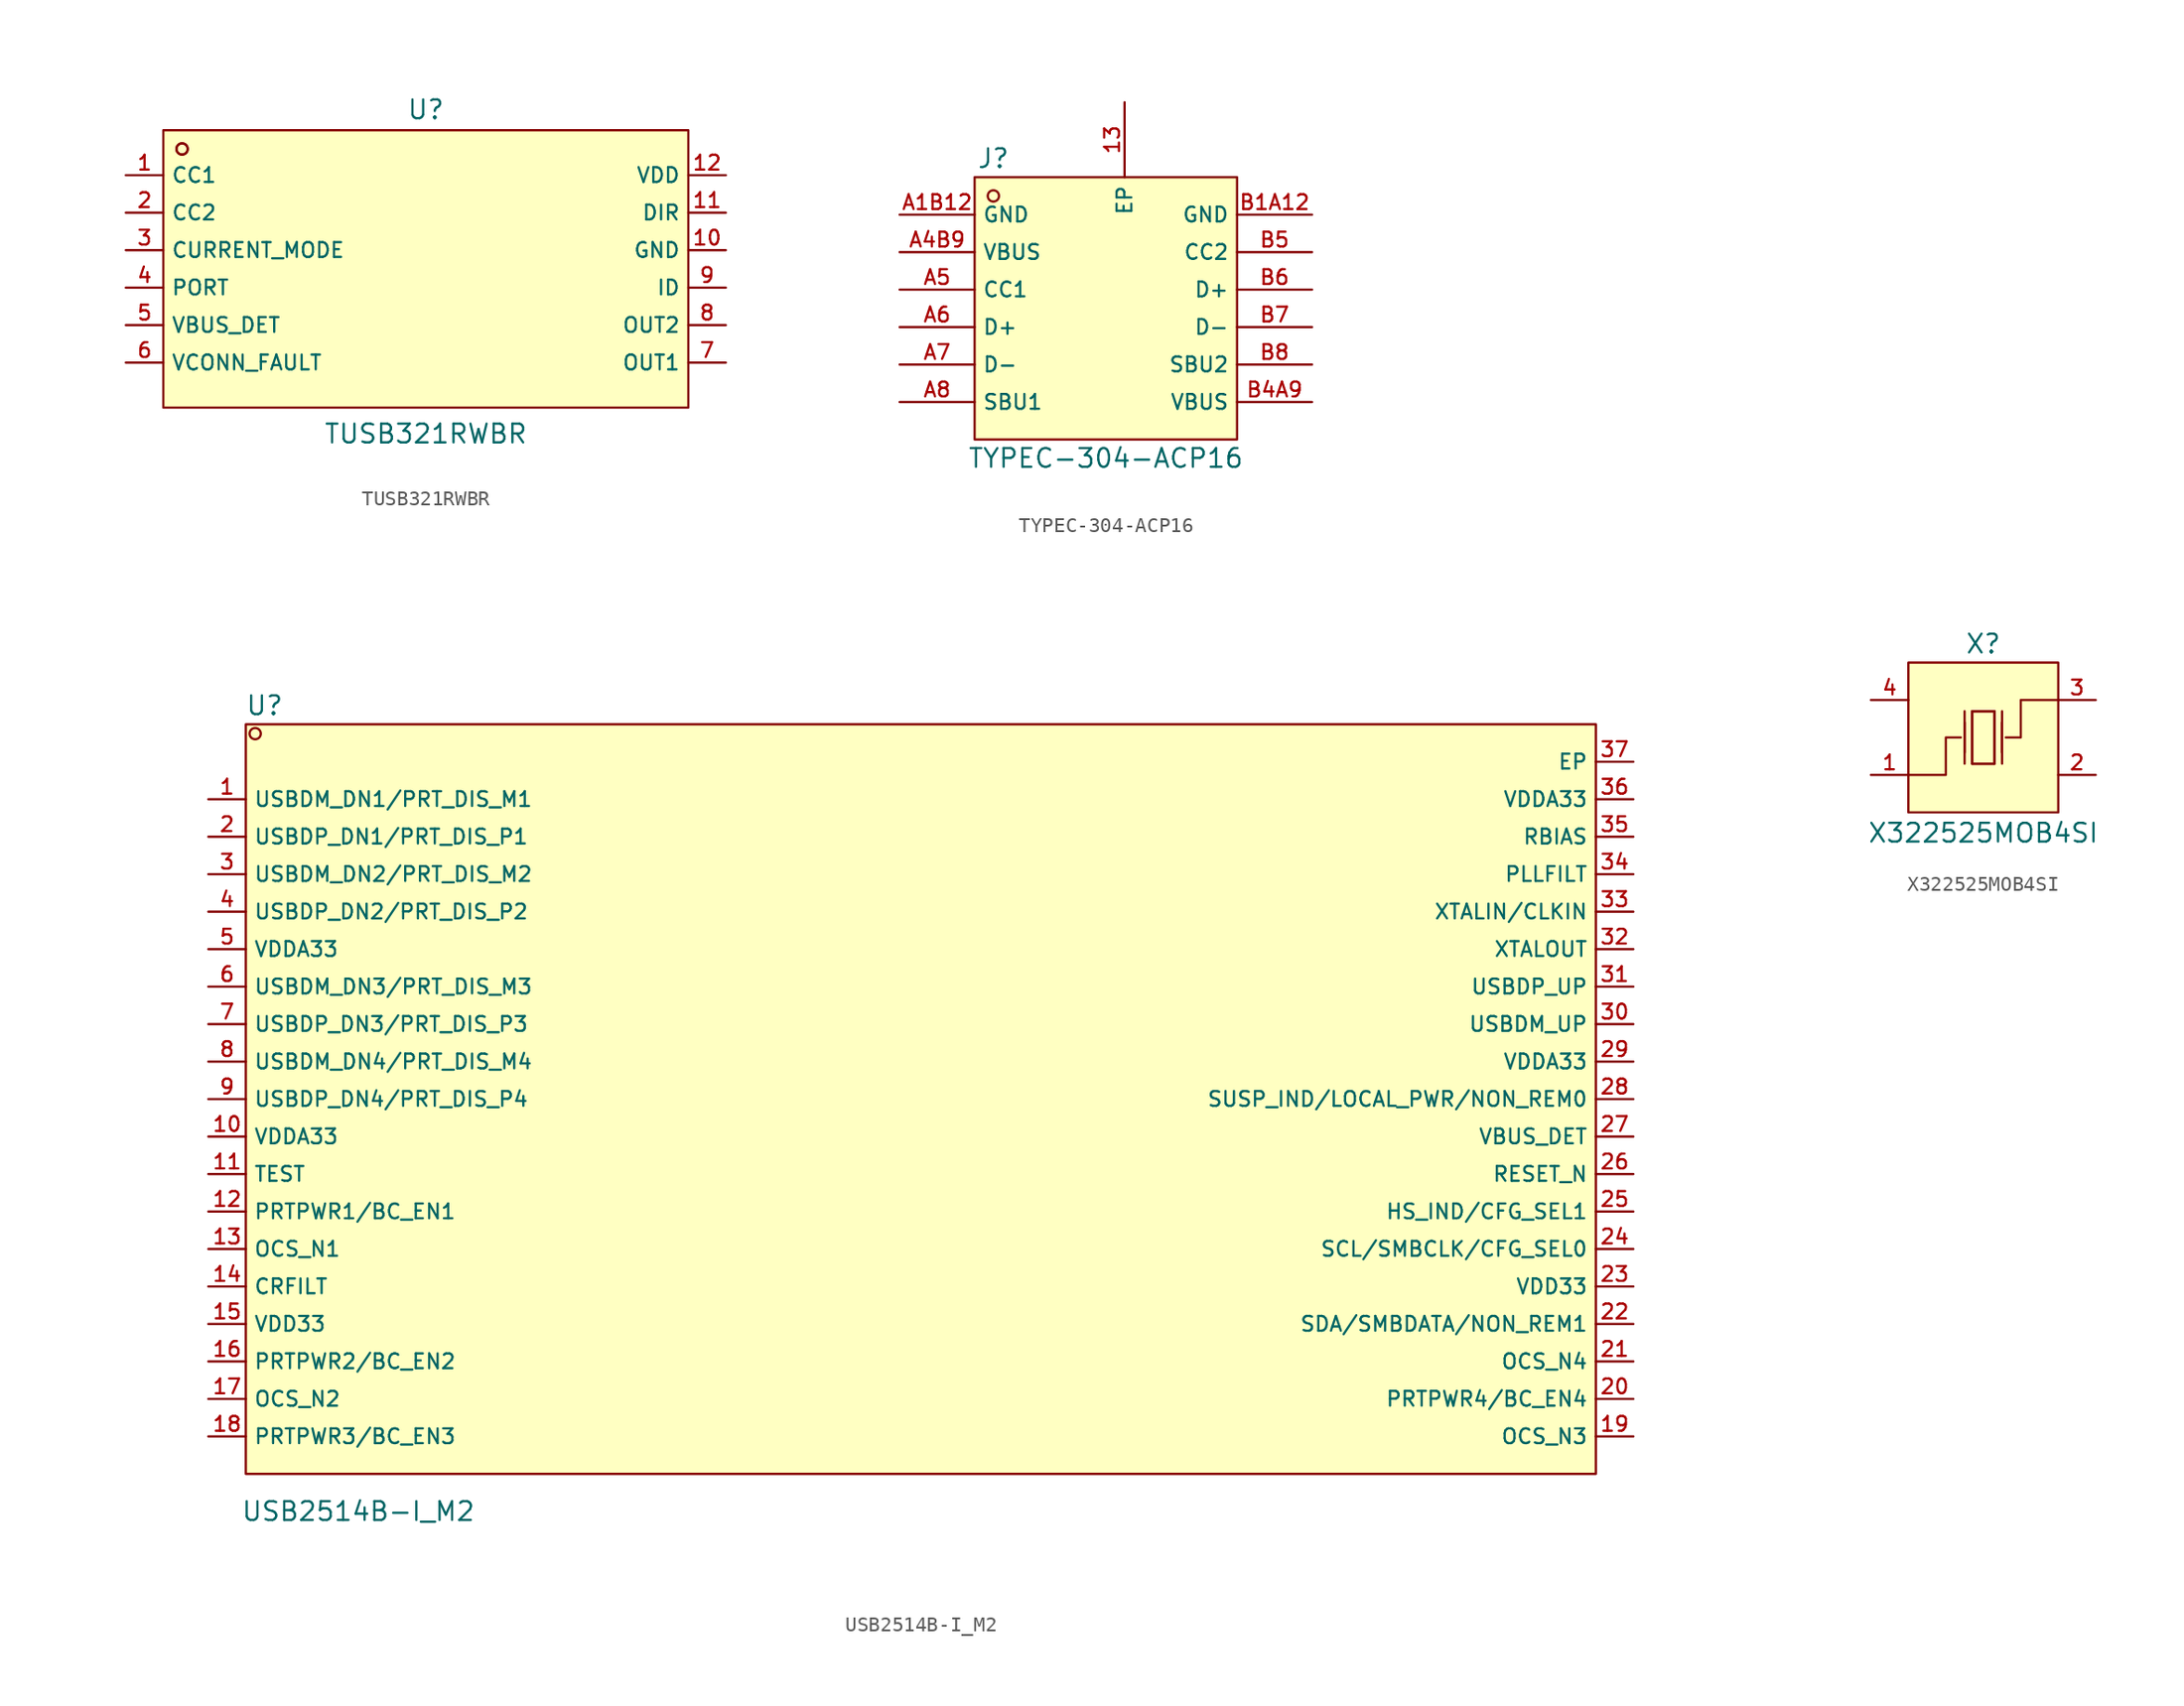
<source format=kicad_sym>
(kicad_symbol_lib
  (version 20241209)
  (generator "kicad_symbol_editor")
  (generator_version "9.0")
  (symbol "TUSB321RWBR"
    (property "Reference" "U"
      (at 0 10.795 0)
      (effects (font (size 1.27 1.27))))
    (property "Value" "TUSB321RWBR"
      (at 0 -11.176 0)
      (effects (font (size 1.27 1.27))))
    (symbol "TUSB321RWBR_0_1"
      (rectangle (start -17.78 9.398) (end 17.78 -9.398) (stroke (width 0) (type default)) (fill (type background)))
      (circle (center -16.51 8.128) (radius 0.381) (stroke (width 0) (type default)) (fill (type background)))
      (circle (center -16.51 8.128) (radius 0.381) (stroke (width 0) (type default)) (fill (type background)))
      (pin unspecified line (at -20.32 6.35 0) (length 2.54) (name "CC1" (effects (font (size 1 1)))) (number "1" (effects (font (size 1 1)))))
      (pin unspecified line (at -20.32 3.81 0) (length 2.54) (name "CC2" (effects (font (size 1 1)))) (number "2" (effects (font (size 1 1)))))
      (pin unspecified line (at -20.32 1.27 0) (length 2.54) (name "CURRENT_MODE" (effects (font (size 1 1)))) (number "3" (effects (font (size 1 1)))))
      (pin unspecified line (at -20.32 -1.27 0) (length 2.54) (name "PORT" (effects (font (size 1 1)))) (number "4" (effects (font (size 1 1)))))
      (pin unspecified line (at -20.32 -3.81 0) (length 2.54) (name "VBUS_DET" (effects (font (size 1 1)))) (number "5" (effects (font (size 1 1)))))
      (pin unspecified line (at -20.32 -6.35 0) (length 2.54) (name "VCONN_FAULT" (effects (font (size 1 1)))) (number "6" (effects (font (size 1 1)))))
      (pin unspecified line (at 20.32 6.35 180) (length 2.54) (name "VDD" (effects (font (size 1 1)))) (number "12" (effects (font (size 1 1)))))
      (pin unspecified line (at 20.32 3.81 180) (length 2.54) (name "DIR" (effects (font (size 1 1)))) (number "11" (effects (font (size 1 1)))))
      (pin unspecified line (at 20.32 1.27 180) (length 2.54) (name "GND" (effects (font (size 1 1)))) (number "10" (effects (font (size 1 1)))))
      (pin unspecified line (at 20.32 -1.27 180) (length 2.54) (name "ID" (effects (font (size 1 1)))) (number "9" (effects (font (size 1 1)))))
      (pin unspecified line (at 20.32 -3.81 180) (length 2.54) (name "OUT2" (effects (font (size 1 1)))) (number "8" (effects (font (size 1 1)))))
      (pin unspecified line (at 20.32 -6.35 180) (length 2.54) (name "OUT1" (effects (font (size 1 1)))) (number "7" (effects (font (size 1 1)))))))
  (symbol "TYPEC-304-ACP16"
    (property "Reference" "J"
      (at -6.35 8.89 0)
      (effects (font (size 1.27 1.27))))
    (property "Value" "TYPEC-304-ACP16"
      (at 1.27 -11.43 0)
      (effects (font (size 1.27 1.27))))
    (symbol "TYPEC-304-ACP16_0_1"
      (rectangle (start -7.62 7.62) (end 10.16 -10.16) (stroke (width 0) (type default)) (fill (type background)))
      (circle (center -6.35 6.35) (radius 0.381) (stroke (width 0) (type default)) (fill (type background)))
      (pin unspecified line (at 2.54 12.7 270) (length 5.08) (name "EP" (effects (font (size 1 1)))) (number "13" (effects (font (size 1 1))))))
    (symbol "TYPEC-304-ACP16_1_1"
      (pin unspecified line (at -12.7 5.08 0) (length 5.08) (name "GND" (effects (font (size 1 1)))) (number "A1B12" (effects (font (size 1 1)))))
      (pin unspecified line (at -12.7 2.54 0) (length 5.08) (name "VBUS" (effects (font (size 1 1)))) (number "A4B9" (effects (font (size 1 1)))))
      (pin unspecified line (at -12.7 0 0) (length 5.08) (name "CC1" (effects (font (size 1 1)))) (number "A5" (effects (font (size 1 1)))))
      (pin unspecified line (at -12.7 -2.54 0) (length 5.08) (name "D+" (effects (font (size 1 1)))) (number "A6" (effects (font (size 1 1)))))
      (pin unspecified line (at -12.7 -5.08 0) (length 5.08) (name "D-" (effects (font (size 1 1)))) (number "A7" (effects (font (size 1 1)))))
      (pin unspecified line (at -12.7 -7.62 0) (length 5.08) (name "SBU1" (effects (font (size 1 1)))) (number "A8" (effects (font (size 1 1)))))
      (pin unspecified line (at 15.24 5.08 180) (length 5.08) (name "GND" (effects (font (size 1 1)))) (number "B1A12" (effects (font (size 1 1)))))
      (pin unspecified line (at 15.24 2.54 180) (length 5.08) (name "CC2" (effects (font (size 1 1)))) (number "B5" (effects (font (size 1 1)))))
      (pin unspecified line (at 15.24 0 180) (length 5.08) (name "D+" (effects (font (size 1 1)))) (number "B6" (effects (font (size 1 1)))))
      (pin unspecified line (at 15.24 -2.54 180) (length 5.08) (name "D-" (effects (font (size 1 1)))) (number "B7" (effects (font (size 1 1)))))
      (pin unspecified line (at 15.24 -5.08 180) (length 5.08) (name "SBU2" (effects (font (size 1 1)))) (number "B8" (effects (font (size 1 1)))))
      (pin unspecified line (at 15.24 -7.62 180) (length 5.08) (name "VBUS" (effects (font (size 1 1)))) (number "B4A9" (effects (font (size 1 1)))))))
  (symbol "USB2514B-I_M2"
    (property "Reference" "U"
      (at -45.72 25.4 0)
      (effects (font (size 1.27 1.27))))
    (property "Value" "USB2514B-I_M2"
      (at -39.37 -29.21 0)
      (effects (font (size 1.27 1.27))))
    (symbol "USB2514B-I_M2_0_1"
      (rectangle (start -46.99 24.13) (end 44.45 -26.67) (stroke (width 0) (type default)) (fill (type background)))
      (circle (center -46.355 23.495) (radius 0.381) (stroke (width 0) (type default)) (fill (type background)))
      (pin unspecified line (at -49.53 19.05 0) (length 2.54) (name "USBDM_DN1/PRT_DIS_M1" (effects (font (size 1 1)))) (number "1" (effects (font (size 1 1)))))
      (pin unspecified line (at -49.53 16.51 0) (length 2.54) (name "USBDP_DN1/PRT_DIS_P1" (effects (font (size 1 1)))) (number "2" (effects (font (size 1 1)))))
      (pin unspecified line (at -49.53 13.97 0) (length 2.54) (name "USBDM_DN2/PRT_DIS_M2" (effects (font (size 1 1)))) (number "3" (effects (font (size 1 1)))))
      (pin unspecified line (at -49.53 11.43 0) (length 2.54) (name "USBDP_DN2/PRT_DIS_P2" (effects (font (size 1 1)))) (number "4" (effects (font (size 1 1)))))
      (pin unspecified line (at -49.53 8.89 0) (length 2.54) (name "VDDA33" (effects (font (size 1 1)))) (number "5" (effects (font (size 1 1)))))
      (pin unspecified line (at -49.53 6.35 0) (length 2.54) (name "USBDM_DN3/PRT_DIS_M3" (effects (font (size 1 1)))) (number "6" (effects (font (size 1 1)))))
      (pin unspecified line (at -49.53 3.81 0) (length 2.54) (name "USBDP_DN3/PRT_DIS_P3" (effects (font (size 1 1)))) (number "7" (effects (font (size 1 1)))))
      (pin unspecified line (at -49.53 1.27 0) (length 2.54) (name "USBDM_DN4/PRT_DIS_M4" (effects (font (size 1 1)))) (number "8" (effects (font (size 1 1)))))
      (pin unspecified line (at -49.53 -1.27 0) (length 2.54) (name "USBDP_DN4/PRT_DIS_P4" (effects (font (size 1 1)))) (number "9" (effects (font (size 1 1)))))
      (pin unspecified line (at -49.53 -3.81 0) (length 2.54) (name "VDDA33" (effects (font (size 1 1)))) (number "10" (effects (font (size 1 1)))))
      (pin unspecified line (at -49.53 -6.35 0) (length 2.54) (name "TEST" (effects (font (size 1 1)))) (number "11" (effects (font (size 1 1)))))
      (pin unspecified line (at -49.53 -8.89 0) (length 2.54) (name "PRTPWR1/BC_EN1" (effects (font (size 1 1)))) (number "12" (effects (font (size 1 1)))))
      (pin unspecified line (at -49.53 -11.43 0) (length 2.54) (name "OCS_N1" (effects (font (size 1 1)))) (number "13" (effects (font (size 1 1)))))
      (pin unspecified line (at -49.53 -13.97 0) (length 2.54) (name "CRFILT" (effects (font (size 1 1)))) (number "14" (effects (font (size 1 1)))))
      (pin unspecified line (at -49.53 -16.51 0) (length 2.54) (name "VDD33" (effects (font (size 1 1)))) (number "15" (effects (font (size 1 1)))))
      (pin unspecified line (at -49.53 -19.05 0) (length 2.54) (name "PRTPWR2/BC_EN2" (effects (font (size 1 1)))) (number "16" (effects (font (size 1 1)))))
      (pin unspecified line (at -49.53 -21.59 0) (length 2.54) (name "OCS_N2" (effects (font (size 1 1)))) (number "17" (effects (font (size 1 1)))))
      (pin unspecified line (at -49.53 -24.13 0) (length 2.54) (name "PRTPWR3/BC_EN3" (effects (font (size 1 1)))) (number "18" (effects (font (size 1 1)))))
      (pin unspecified line (at 46.99 21.59 180) (length 2.54) (name "EP" (effects (font (size 1 1)))) (number "37" (effects (font (size 1 1)))))
      (pin unspecified line (at 46.99 19.05 180) (length 2.54) (name "VDDA33" (effects (font (size 1 1)))) (number "36" (effects (font (size 1 1)))))
      (pin unspecified line (at 46.99 16.51 180) (length 2.54) (name "RBIAS" (effects (font (size 1 1)))) (number "35" (effects (font (size 1 1)))))
      (pin unspecified line (at 46.99 13.97 180) (length 2.54) (name "PLLFILT" (effects (font (size 1 1)))) (number "34" (effects (font (size 1 1)))))
      (pin unspecified line (at 46.99 11.43 180) (length 2.54) (name "XTALIN/CLKIN" (effects (font (size 1 1)))) (number "33" (effects (font (size 1 1)))))
      (pin unspecified line (at 46.99 8.89 180) (length 2.54) (name "XTALOUT" (effects (font (size 1 1)))) (number "32" (effects (font (size 1 1)))))
      (pin unspecified line (at 46.99 6.35 180) (length 2.54) (name "USBDP_UP" (effects (font (size 1 1)))) (number "31" (effects (font (size 1 1)))))
      (pin unspecified line (at 46.99 3.81 180) (length 2.54) (name "USBDM_UP" (effects (font (size 1 1)))) (number "30" (effects (font (size 1 1)))))
      (pin unspecified line (at 46.99 1.27 180) (length 2.54) (name "VDDA33" (effects (font (size 1 1)))) (number "29" (effects (font (size 1 1)))))
      (pin unspecified line (at 46.99 -1.27 180) (length 2.54) (name "SUSP_IND/LOCAL_PWR/NON_REM0" (effects (font (size 1 1)))) (number "28" (effects (font (size 1 1)))))
      (pin unspecified line (at 46.99 -3.81 180) (length 2.54) (name "VBUS_DET" (effects (font (size 1 1)))) (number "27" (effects (font (size 1 1)))))
      (pin unspecified line (at 46.99 -6.35 180) (length 2.54) (name "RESET_N" (effects (font (size 1 1)))) (number "26" (effects (font (size 1 1)))))
      (pin unspecified line (at 46.99 -8.89 180) (length 2.54) (name "HS_IND/CFG_SEL1" (effects (font (size 1 1)))) (number "25" (effects (font (size 1 1)))))
      (pin unspecified line (at 46.99 -11.43 180) (length 2.54) (name "SCL/SMBCLK/CFG_SEL0" (effects (font (size 1 1)))) (number "24" (effects (font (size 1 1)))))
      (pin unspecified line (at 46.99 -13.97 180) (length 2.54) (name "VDD33" (effects (font (size 1 1)))) (number "23" (effects (font (size 1 1)))))
      (pin unspecified line (at 46.99 -19.05 180) (length 2.54) (name "OCS_N4" (effects (font (size 1 1)))) (number "21" (effects (font (size 1 1)))))
      (pin unspecified line (at 46.99 -21.59 180) (length 2.54) (name "PRTPWR4/BC_EN4" (effects (font (size 1 1)))) (number "20" (effects (font (size 1 1)))))
      (pin unspecified line (at 46.99 -24.13 180) (length 2.54) (name "OCS_N3" (effects (font (size 1 1)))) (number "19" (effects (font (size 1 1))))))
    (symbol "USB2514B-I_M2_1_1"
      (pin unspecified line (at 46.99 -16.51 180) (length 2.54) (name "SDA/SMBDATA/NON_REM1" (effects (font (size 1 1)))) (number "22" (effects (font (size 1 1)))))))
  (symbol "X322525MOB4SI"
    (pin_names
      (hide yes))
    (property "Reference" "X"
      (at 0 6.35 0)
      (effects (font (size 1.27 1.27))))
    (property "Value" "X322525MOB4SI"
      (at 0 -6.477 0)
      (effects (font (size 1.27 1.27))))
    (symbol "X322525MOB4SI_0_1"
      (rectangle (start -5.08 5.08) (end 5.08 -5.08) (stroke (width 0) (type default)) (fill (type background)))
      (polyline (pts (xy -5.08 -2.54) (xy -2.54 -2.54) (xy -2.54 0) (xy -1.524 0)) (stroke (width 0) (type default)) (fill (type none)))
      (polyline (pts (xy -1.27 -1.016) (xy -1.27 1.016)) (stroke (width 0) (type default)) (fill (type none)))
      (polyline (pts (xy -1.27 -1.778) (xy -1.27 1.778)) (stroke (width 0) (type default)) (fill (type none)))
      (polyline (pts (xy -0.762 -1.778) (xy -0.762 1.778) (xy 0.762 1.778) (xy 0.762 -1.778)) (stroke (width 0) (type default)) (fill (type none)))
      (polyline (pts (xy 0.762 1.778) (xy 0.762 -1.778) (xy -0.762 -1.778) (xy -0.762 1.778) (xy 0.762 1.778)) (stroke (width 0) (type default)) (fill (type none)))
      (polyline (pts (xy 0.762 -1.778) (xy -0.762 -1.778)) (stroke (width 0) (type default)) (fill (type none)))
      (polyline (pts (xy 1.27 -1.016) (xy 1.27 1.016)) (stroke (width 0) (type default)) (fill (type none)))
      (polyline (pts (xy 1.27 -1.778) (xy 1.27 1.778)) (stroke (width 0) (type default)) (fill (type none)))
      (polyline (pts (xy 5.08 2.54) (xy 2.54 2.54) (xy 2.54 0) (xy 1.524 0)) (stroke (width 0) (type default)) (fill (type none)))
      (pin unspecified line (at -7.62 2.54 0) (length 2.54) (name "GND" (effects (font (size 1 1)))) (number "4" (effects (font (size 1 1)))))
      (pin unspecified line (at -7.62 -2.54 0) (length 2.54) (name "OSC1" (effects (font (size 1 1)))) (number "1" (effects (font (size 1 1)))))
      (pin unspecified line (at 7.62 2.54 180) (length 2.54) (name "OSC2" (effects (font (size 1 1)))) (number "3" (effects (font (size 1 1)))))
      (pin unspecified line (at 7.62 -2.54 180) (length 2.54) (name "GND" (effects (font (size 1 1)))) (number "2" (effects (font (size 1 1))))))))
</source>
